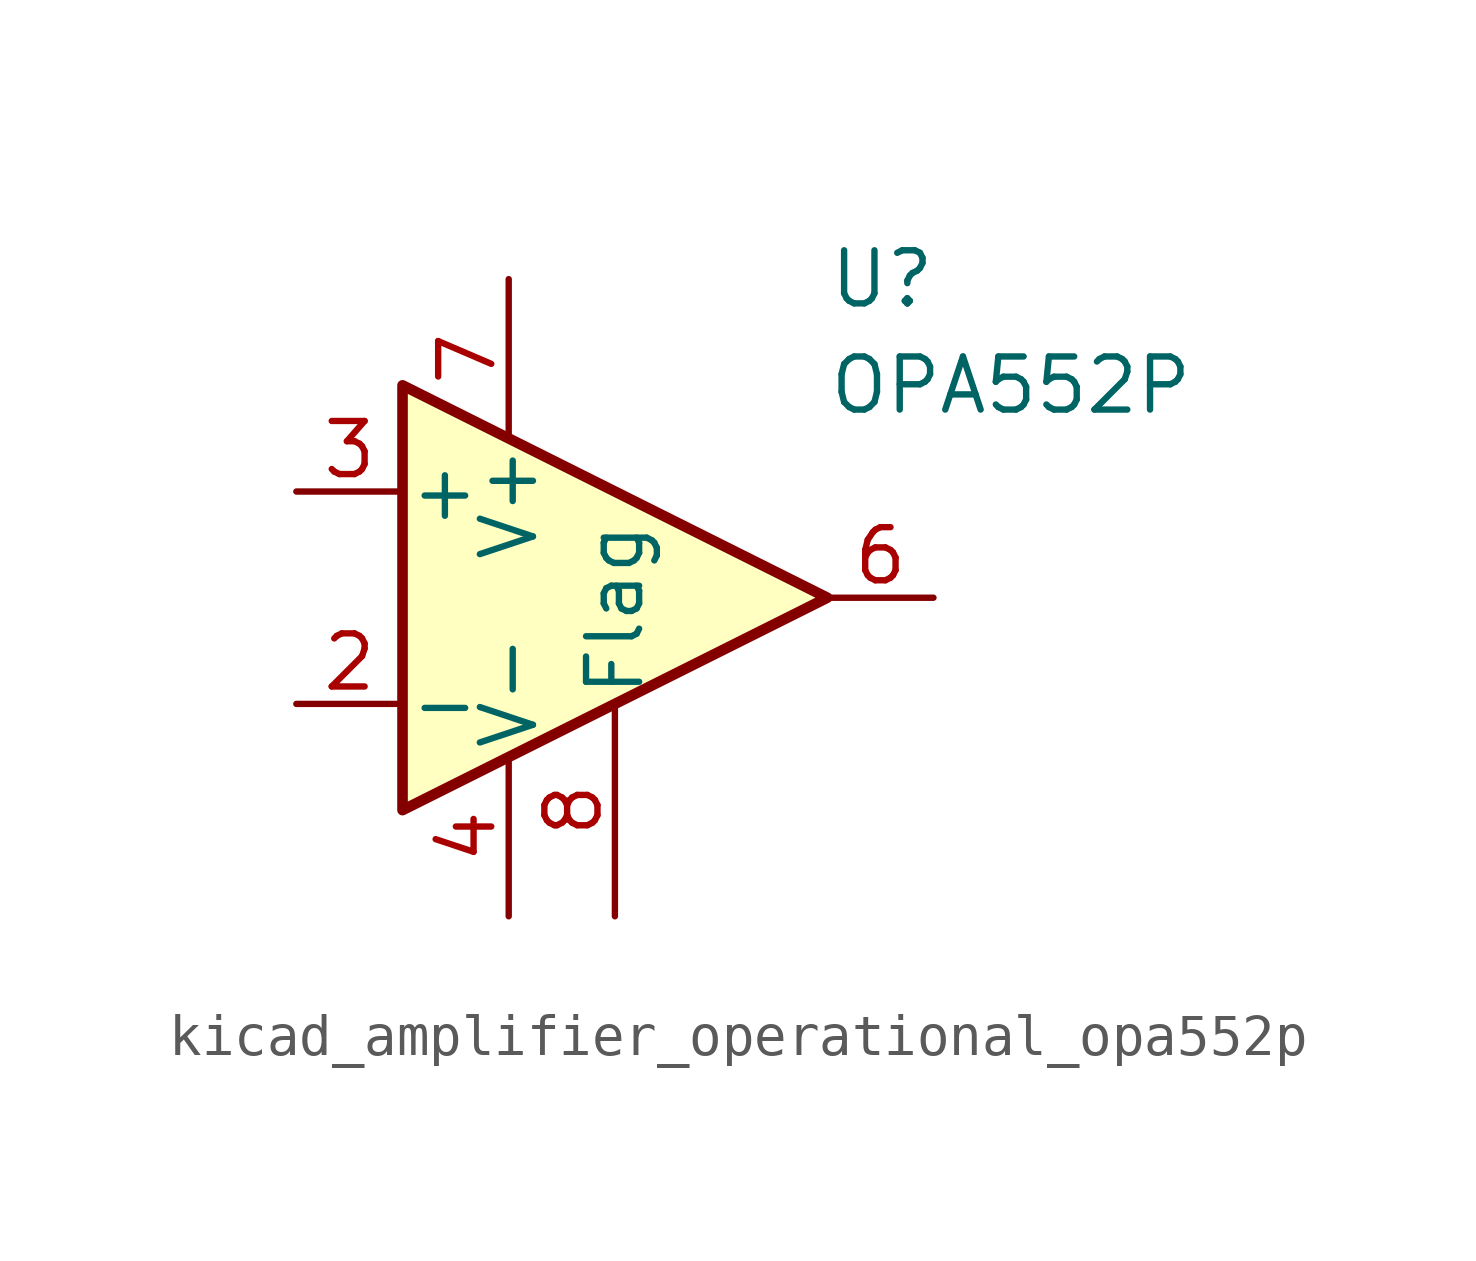
<source format=kicad_sym>
(kicad_symbol_lib
  (version 20220914)
  (generator kicad_symbol_editor)
  (symbol "kicad_amplifier_operational_opa552p"
    (pin_names
      (offset 0.127))
    (property "Reference" "U"
      (at 5.08 7.62 0)
      (effects (font (size 1.27 1.27)) (justify left)))
    (property "Value" "OPA552P"
      (at 5.08 5.08 0)
      (effects (font (size 1.27 1.27)) (justify left)))
    (symbol "kicad_amplifier_operational_opa552p_1_1"
      (polyline (pts (xy -5.08 5.08) (xy 5.08 0) (xy -5.08 -5.08) (xy -5.08 5.08)) (stroke (width 0.254) (type default)) (fill (type background)))
      (pin no_connect line (at 0 2.54 270) (length 3.81) hide (name "NC" (effects (font (size 0.508 0.508)))) (number "1" (effects (font (size 1.27 1.27)))))
      (pin input line (at -7.62 -2.54 0) (length 2.54) (name "-" (effects (font (size 1.27 1.27)))) (number "2" (effects (font (size 1.27 1.27)))))
      (pin input line (at -7.62 2.54 0) (length 2.54) (name "+" (effects (font (size 1.27 1.27)))) (number "3" (effects (font (size 1.27 1.27)))))
      (pin power_in line (at -2.54 -7.62 90) (length 3.81) (name "V-" (effects (font (size 1.27 1.27)))) (number "4" (effects (font (size 1.27 1.27)))))
      (pin no_connect line (at 0 -2.54 90) (length 3.81) hide (name "NC" (effects (font (size 0.508 0.508)))) (number "5" (effects (font (size 1.27 1.27)))))
      (pin output line (at 7.62 0 180) (length 2.54) (name "~" (effects (font (size 1.27 1.27)))) (number "6" (effects (font (size 1.27 1.27)))))
      (pin power_in line (at -2.54 7.62 270) (length 3.81) (name "V+" (effects (font (size 1.27 1.27)))) (number "7" (effects (font (size 1.27 1.27)))))
      (pin output line (at 0 -7.62 90) (length 5.08) (name "Flag" (effects (font (size 1.27 1.27)))) (number "8" (effects (font (size 1.27 1.27))))))))
</source>
